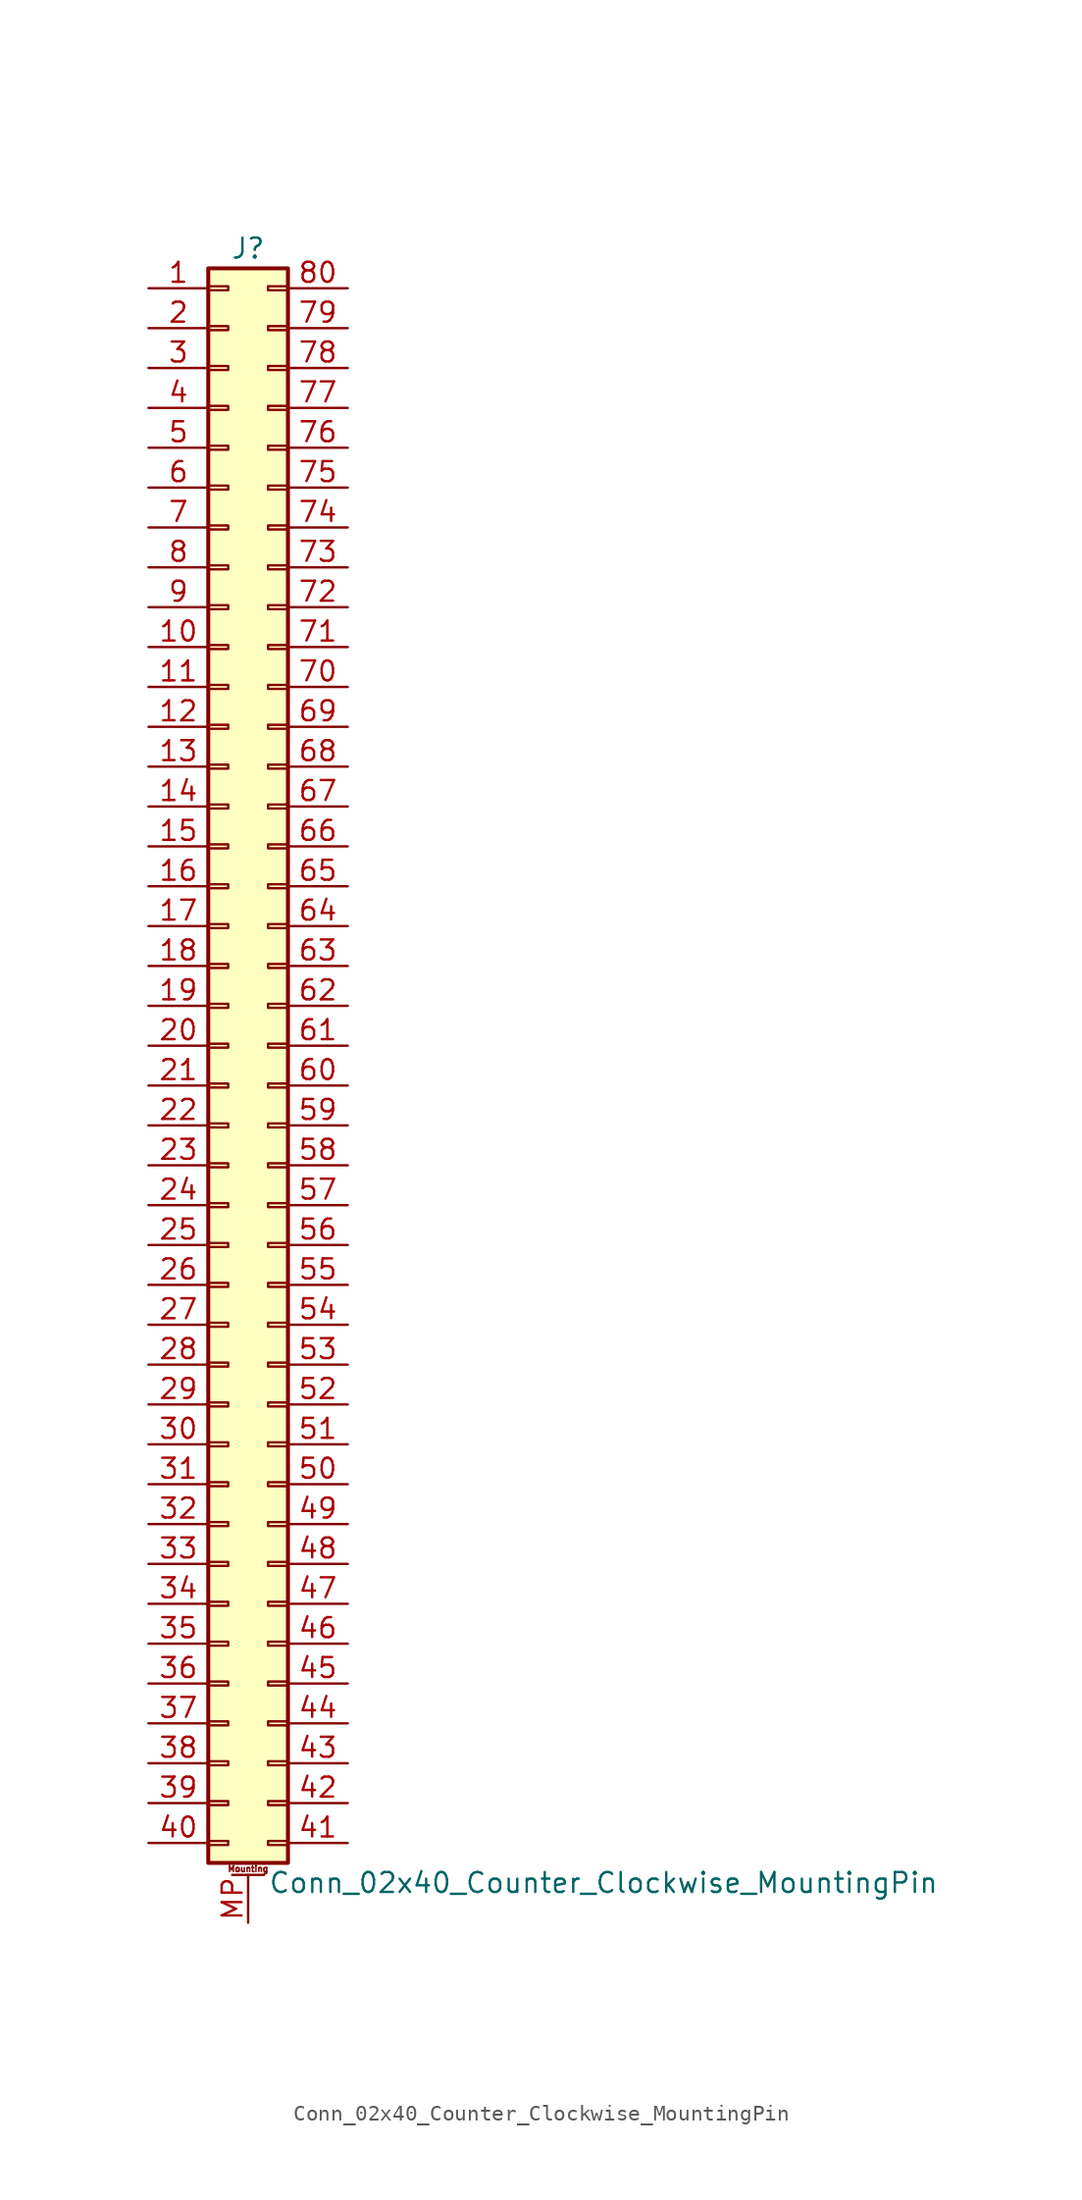
<source format=kicad_sym>
(kicad_symbol_lib
  (version 20201005)
  (generator kicad_symbol_editor)
  (symbol "Connector_Generic_MountingPin:Conn_02x40_Counter_Clockwise_MountingPin"
    (pin_names
      (offset 1.016) hide)
    (property "Reference" "J"
      (at 1.27 50.8 0)
      (effects (font (size 1.27 1.27))))
    (property "Value" "Conn_02x40_Counter_Clockwise_MountingPin"
      (at 2.54 -53.34 0)
      (effects (font (size 1.27 1.27)) (justify left)))
    (symbol "Conn_02x40_Counter_Clockwise_MountingPin_1_1"
      (text "Mounting" (at 1.27 -52.451 0) (effects (font (size 0.381 0.381))))
      (rectangle (start -1.27 -27.813) (end 0 -28.067) (stroke (width 0.152)) (fill (type none)))
      (rectangle (start -1.27 -30.353) (end 0 -30.607) (stroke (width 0.152)) (fill (type none)))
      (rectangle (start -1.27 -32.893) (end 0 -33.147) (stroke (width 0.152)) (fill (type none)))
      (rectangle (start -1.27 -35.433) (end 0 -35.687) (stroke (width 0.152)) (fill (type none)))
      (rectangle (start -1.27 -37.973) (end 0 -38.227) (stroke (width 0.152)) (fill (type none)))
      (rectangle (start -1.27 -40.513) (end 0 -40.767) (stroke (width 0.152)) (fill (type none)))
      (rectangle (start -1.27 -43.053) (end 0 -43.307) (stroke (width 0.152)) (fill (type none)))
      (rectangle (start -1.27 -45.593) (end 0 -45.847) (stroke (width 0.152)) (fill (type none)))
      (rectangle (start -1.27 -48.133) (end 0 -48.387) (stroke (width 0.152)) (fill (type none)))
      (rectangle (start -1.27 -4.953) (end 0 -5.207) (stroke (width 0.152)) (fill (type none)))
      (rectangle (start -1.27 -50.673) (end 0 -50.927) (stroke (width 0.152)) (fill (type none)))
      (rectangle (start -1.27 -7.493) (end 0 -7.747) (stroke (width 0.152)) (fill (type none)))
      (rectangle (start -1.27 -10.033) (end 0 -10.287) (stroke (width 0.152)) (fill (type none)))
      (rectangle (start -1.27 -12.573) (end 0 -12.827) (stroke (width 0.152)) (fill (type none)))
      (rectangle (start -1.27 -15.113) (end 0 -15.367) (stroke (width 0.152)) (fill (type none)))
      (rectangle (start -1.27 -17.653) (end 0 -17.907) (stroke (width 0.152)) (fill (type none)))
      (rectangle (start -1.27 -20.193) (end 0 -20.447) (stroke (width 0.152)) (fill (type none)))
      (rectangle (start -1.27 -22.733) (end 0 -22.987) (stroke (width 0.152)) (fill (type none)))
      (rectangle (start -1.27 -2.413) (end 0 -2.667) (stroke (width 0.152)) (fill (type none)))
      (rectangle (start -1.27 -25.273) (end 0 -25.527) (stroke (width 0.152)) (fill (type none)))
      (rectangle (start -1.27 25.527) (end 0 25.273) (stroke (width 0.152)) (fill (type none)))
      (rectangle (start -1.27 2.667) (end 0 2.413) (stroke (width 0.152)) (fill (type none)))
      (rectangle (start -1.27 28.067) (end 0 27.813) (stroke (width 0.152)) (fill (type none)))
      (rectangle (start -1.27 30.607) (end 0 30.353) (stroke (width 0.152)) (fill (type none)))
      (rectangle (start -1.27 33.147) (end 0 32.893) (stroke (width 0.152)) (fill (type none)))
      (rectangle (start -1.27 35.687) (end 0 35.433) (stroke (width 0.152)) (fill (type none)))
      (rectangle (start -1.27 38.227) (end 0 37.973) (stroke (width 0.152)) (fill (type none)))
      (rectangle (start -1.27 40.767) (end 0 40.513) (stroke (width 0.152)) (fill (type none)))
      (rectangle (start -1.27 43.307) (end 0 43.053) (stroke (width 0.152)) (fill (type none)))
      (rectangle (start -1.27 45.847) (end 0 45.593) (stroke (width 0.152)) (fill (type none)))
      (rectangle (start -1.27 48.387) (end 0 48.133) (stroke (width 0.152)) (fill (type none)))
      (rectangle (start -1.27 49.53) (end 3.81 -52.07) (stroke (width 0.254)) (fill (type background)))
      (rectangle (start -1.27 5.207) (end 0 4.953) (stroke (width 0.152)) (fill (type none)))
      (rectangle (start -1.27 7.747) (end 0 7.493) (stroke (width 0.152)) (fill (type none)))
      (rectangle (start -1.27 10.287) (end 0 10.033) (stroke (width 0.152)) (fill (type none)))
      (rectangle (start -1.27 0.127) (end 0 -0.127) (stroke (width 0.152)) (fill (type none)))
      (rectangle (start -1.27 12.827) (end 0 12.573) (stroke (width 0.152)) (fill (type none)))
      (rectangle (start -1.27 15.367) (end 0 15.113) (stroke (width 0.152)) (fill (type none)))
      (rectangle (start -1.27 17.907) (end 0 17.653) (stroke (width 0.152)) (fill (type none)))
      (rectangle (start -1.27 20.447) (end 0 20.193) (stroke (width 0.152)) (fill (type none)))
      (rectangle (start -1.27 22.987) (end 0 22.733) (stroke (width 0.152)) (fill (type none)))
      (rectangle (start 3.81 -27.813) (end 2.54 -28.067) (stroke (width 0.152)) (fill (type none)))
      (rectangle (start 3.81 -30.353) (end 2.54 -30.607) (stroke (width 0.152)) (fill (type none)))
      (rectangle (start 3.81 -32.893) (end 2.54 -33.147) (stroke (width 0.152)) (fill (type none)))
      (rectangle (start 3.81 -35.433) (end 2.54 -35.687) (stroke (width 0.152)) (fill (type none)))
      (rectangle (start 3.81 -37.973) (end 2.54 -38.227) (stroke (width 0.152)) (fill (type none)))
      (rectangle (start 3.81 -40.513) (end 2.54 -40.767) (stroke (width 0.152)) (fill (type none)))
      (rectangle (start 3.81 -43.053) (end 2.54 -43.307) (stroke (width 0.152)) (fill (type none)))
      (rectangle (start 3.81 -45.593) (end 2.54 -45.847) (stroke (width 0.152)) (fill (type none)))
      (rectangle (start 3.81 -48.133) (end 2.54 -48.387) (stroke (width 0.152)) (fill (type none)))
      (rectangle (start 3.81 -4.953) (end 2.54 -5.207) (stroke (width 0.152)) (fill (type none)))
      (rectangle (start 3.81 -50.673) (end 2.54 -50.927) (stroke (width 0.152)) (fill (type none)))
      (rectangle (start 3.81 -7.493) (end 2.54 -7.747) (stroke (width 0.152)) (fill (type none)))
      (rectangle (start 3.81 -10.033) (end 2.54 -10.287) (stroke (width 0.152)) (fill (type none)))
      (rectangle (start 3.81 -12.573) (end 2.54 -12.827) (stroke (width 0.152)) (fill (type none)))
      (rectangle (start 3.81 -15.113) (end 2.54 -15.367) (stroke (width 0.152)) (fill (type none)))
      (rectangle (start 3.81 -17.653) (end 2.54 -17.907) (stroke (width 0.152)) (fill (type none)))
      (rectangle (start 3.81 -20.193) (end 2.54 -20.447) (stroke (width 0.152)) (fill (type none)))
      (rectangle (start 3.81 -22.733) (end 2.54 -22.987) (stroke (width 0.152)) (fill (type none)))
      (rectangle (start 3.81 -2.413) (end 2.54 -2.667) (stroke (width 0.152)) (fill (type none)))
      (rectangle (start 3.81 -25.273) (end 2.54 -25.527) (stroke (width 0.152)) (fill (type none)))
      (rectangle (start 3.81 25.527) (end 2.54 25.273) (stroke (width 0.152)) (fill (type none)))
      (rectangle (start 3.81 2.667) (end 2.54 2.413) (stroke (width 0.152)) (fill (type none)))
      (rectangle (start 3.81 28.067) (end 2.54 27.813) (stroke (width 0.152)) (fill (type none)))
      (rectangle (start 3.81 30.607) (end 2.54 30.353) (stroke (width 0.152)) (fill (type none)))
      (rectangle (start 3.81 33.147) (end 2.54 32.893) (stroke (width 0.152)) (fill (type none)))
      (rectangle (start 3.81 35.687) (end 2.54 35.433) (stroke (width 0.152)) (fill (type none)))
      (rectangle (start 3.81 38.227) (end 2.54 37.973) (stroke (width 0.152)) (fill (type none)))
      (rectangle (start 3.81 40.767) (end 2.54 40.513) (stroke (width 0.152)) (fill (type none)))
      (rectangle (start 3.81 43.307) (end 2.54 43.053) (stroke (width 0.152)) (fill (type none)))
      (rectangle (start 3.81 45.847) (end 2.54 45.593) (stroke (width 0.152)) (fill (type none)))
      (rectangle (start 3.81 48.387) (end 2.54 48.133) (stroke (width 0.152)) (fill (type none)))
      (rectangle (start 3.81 5.207) (end 2.54 4.953) (stroke (width 0.152)) (fill (type none)))
      (rectangle (start 3.81 7.747) (end 2.54 7.493) (stroke (width 0.152)) (fill (type none)))
      (rectangle (start 3.81 10.287) (end 2.54 10.033) (stroke (width 0.152)) (fill (type none)))
      (rectangle (start 3.81 0.127) (end 2.54 -0.127) (stroke (width 0.152)) (fill (type none)))
      (rectangle (start 3.81 12.827) (end 2.54 12.573) (stroke (width 0.152)) (fill (type none)))
      (rectangle (start 3.81 15.367) (end 2.54 15.113) (stroke (width 0.152)) (fill (type none)))
      (rectangle (start 3.81 17.907) (end 2.54 17.653) (stroke (width 0.152)) (fill (type none)))
      (rectangle (start 3.81 20.447) (end 2.54 20.193) (stroke (width 0.152)) (fill (type none)))
      (rectangle (start 3.81 22.987) (end 2.54 22.733) (stroke (width 0.152)) (fill (type none)))
      (polyline (pts (xy 0.254 -52.832) (xy 2.286 -52.832)) (stroke (width 0.152)) (fill (type none)))
      (pin passive line (at 1.27 -55.88 90) (length 3.048) (name "MountPin" (effects (font (size 1.27 1.27)))) (number "MP" (effects (font (size 1.27 1.27)))))
      (pin passive line (at -5.08 48.26 0) (length 3.81) (name "Pin_1" (effects (font (size 1.27 1.27)))) (number "1" (effects (font (size 1.27 1.27)))))
      (pin passive line (at -5.08 25.4 0) (length 3.81) (name "Pin_10" (effects (font (size 1.27 1.27)))) (number "10" (effects (font (size 1.27 1.27)))))
      (pin passive line (at -5.08 22.86 0) (length 3.81) (name "Pin_11" (effects (font (size 1.27 1.27)))) (number "11" (effects (font (size 1.27 1.27)))))
      (pin passive line (at -5.08 20.32 0) (length 3.81) (name "Pin_12" (effects (font (size 1.27 1.27)))) (number "12" (effects (font (size 1.27 1.27)))))
      (pin passive line (at -5.08 17.78 0) (length 3.81) (name "Pin_13" (effects (font (size 1.27 1.27)))) (number "13" (effects (font (size 1.27 1.27)))))
      (pin passive line (at -5.08 15.24 0) (length 3.81) (name "Pin_14" (effects (font (size 1.27 1.27)))) (number "14" (effects (font (size 1.27 1.27)))))
      (pin passive line (at -5.08 12.7 0) (length 3.81) (name "Pin_15" (effects (font (size 1.27 1.27)))) (number "15" (effects (font (size 1.27 1.27)))))
      (pin passive line (at -5.08 10.16 0) (length 3.81) (name "Pin_16" (effects (font (size 1.27 1.27)))) (number "16" (effects (font (size 1.27 1.27)))))
      (pin passive line (at -5.08 7.62 0) (length 3.81) (name "Pin_17" (effects (font (size 1.27 1.27)))) (number "17" (effects (font (size 1.27 1.27)))))
      (pin passive line (at -5.08 5.08 0) (length 3.81) (name "Pin_18" (effects (font (size 1.27 1.27)))) (number "18" (effects (font (size 1.27 1.27)))))
      (pin passive line (at -5.08 2.54 0) (length 3.81) (name "Pin_19" (effects (font (size 1.27 1.27)))) (number "19" (effects (font (size 1.27 1.27)))))
      (pin passive line (at -5.08 45.72 0) (length 3.81) (name "Pin_2" (effects (font (size 1.27 1.27)))) (number "2" (effects (font (size 1.27 1.27)))))
      (pin passive line (at -5.08 0 0) (length 3.81) (name "Pin_20" (effects (font (size 1.27 1.27)))) (number "20" (effects (font (size 1.27 1.27)))))
      (pin passive line (at -5.08 -2.54 0) (length 3.81) (name "Pin_21" (effects (font (size 1.27 1.27)))) (number "21" (effects (font (size 1.27 1.27)))))
      (pin passive line (at -5.08 -5.08 0) (length 3.81) (name "Pin_22" (effects (font (size 1.27 1.27)))) (number "22" (effects (font (size 1.27 1.27)))))
      (pin passive line (at -5.08 -7.62 0) (length 3.81) (name "Pin_23" (effects (font (size 1.27 1.27)))) (number "23" (effects (font (size 1.27 1.27)))))
      (pin passive line (at -5.08 -10.16 0) (length 3.81) (name "Pin_24" (effects (font (size 1.27 1.27)))) (number "24" (effects (font (size 1.27 1.27)))))
      (pin passive line (at -5.08 -12.7 0) (length 3.81) (name "Pin_25" (effects (font (size 1.27 1.27)))) (number "25" (effects (font (size 1.27 1.27)))))
      (pin passive line (at -5.08 -15.24 0) (length 3.81) (name "Pin_26" (effects (font (size 1.27 1.27)))) (number "26" (effects (font (size 1.27 1.27)))))
      (pin passive line (at -5.08 -17.78 0) (length 3.81) (name "Pin_27" (effects (font (size 1.27 1.27)))) (number "27" (effects (font (size 1.27 1.27)))))
      (pin passive line (at -5.08 -20.32 0) (length 3.81) (name "Pin_28" (effects (font (size 1.27 1.27)))) (number "28" (effects (font (size 1.27 1.27)))))
      (pin passive line (at -5.08 -22.86 0) (length 3.81) (name "Pin_29" (effects (font (size 1.27 1.27)))) (number "29" (effects (font (size 1.27 1.27)))))
      (pin passive line (at -5.08 43.18 0) (length 3.81) (name "Pin_3" (effects (font (size 1.27 1.27)))) (number "3" (effects (font (size 1.27 1.27)))))
      (pin passive line (at -5.08 -25.4 0) (length 3.81) (name "Pin_30" (effects (font (size 1.27 1.27)))) (number "30" (effects (font (size 1.27 1.27)))))
      (pin passive line (at -5.08 -27.94 0) (length 3.81) (name "Pin_31" (effects (font (size 1.27 1.27)))) (number "31" (effects (font (size 1.27 1.27)))))
      (pin passive line (at -5.08 -30.48 0) (length 3.81) (name "Pin_32" (effects (font (size 1.27 1.27)))) (number "32" (effects (font (size 1.27 1.27)))))
      (pin passive line (at -5.08 -33.02 0) (length 3.81) (name "Pin_33" (effects (font (size 1.27 1.27)))) (number "33" (effects (font (size 1.27 1.27)))))
      (pin passive line (at -5.08 -35.56 0) (length 3.81) (name "Pin_34" (effects (font (size 1.27 1.27)))) (number "34" (effects (font (size 1.27 1.27)))))
      (pin passive line (at -5.08 -38.1 0) (length 3.81) (name "Pin_35" (effects (font (size 1.27 1.27)))) (number "35" (effects (font (size 1.27 1.27)))))
      (pin passive line (at -5.08 -40.64 0) (length 3.81) (name "Pin_36" (effects (font (size 1.27 1.27)))) (number "36" (effects (font (size 1.27 1.27)))))
      (pin passive line (at -5.08 -43.18 0) (length 3.81) (name "Pin_37" (effects (font (size 1.27 1.27)))) (number "37" (effects (font (size 1.27 1.27)))))
      (pin passive line (at -5.08 -45.72 0) (length 3.81) (name "Pin_38" (effects (font (size 1.27 1.27)))) (number "38" (effects (font (size 1.27 1.27)))))
      (pin passive line (at -5.08 -48.26 0) (length 3.81) (name "Pin_39" (effects (font (size 1.27 1.27)))) (number "39" (effects (font (size 1.27 1.27)))))
      (pin passive line (at -5.08 40.64 0) (length 3.81) (name "Pin_4" (effects (font (size 1.27 1.27)))) (number "4" (effects (font (size 1.27 1.27)))))
      (pin passive line (at -5.08 -50.8 0) (length 3.81) (name "Pin_40" (effects (font (size 1.27 1.27)))) (number "40" (effects (font (size 1.27 1.27)))))
      (pin passive line (at 7.62 -50.8 180) (length 3.81) (name "Pin_41" (effects (font (size 1.27 1.27)))) (number "41" (effects (font (size 1.27 1.27)))))
      (pin passive line (at 7.62 -48.26 180) (length 3.81) (name "Pin_42" (effects (font (size 1.27 1.27)))) (number "42" (effects (font (size 1.27 1.27)))))
      (pin passive line (at 7.62 -45.72 180) (length 3.81) (name "Pin_43" (effects (font (size 1.27 1.27)))) (number "43" (effects (font (size 1.27 1.27)))))
      (pin passive line (at 7.62 -43.18 180) (length 3.81) (name "Pin_44" (effects (font (size 1.27 1.27)))) (number "44" (effects (font (size 1.27 1.27)))))
      (pin passive line (at 7.62 -40.64 180) (length 3.81) (name "Pin_45" (effects (font (size 1.27 1.27)))) (number "45" (effects (font (size 1.27 1.27)))))
      (pin passive line (at 7.62 -38.1 180) (length 3.81) (name "Pin_46" (effects (font (size 1.27 1.27)))) (number "46" (effects (font (size 1.27 1.27)))))
      (pin passive line (at 7.62 -35.56 180) (length 3.81) (name "Pin_47" (effects (font (size 1.27 1.27)))) (number "47" (effects (font (size 1.27 1.27)))))
      (pin passive line (at 7.62 -33.02 180) (length 3.81) (name "Pin_48" (effects (font (size 1.27 1.27)))) (number "48" (effects (font (size 1.27 1.27)))))
      (pin passive line (at 7.62 -30.48 180) (length 3.81) (name "Pin_49" (effects (font (size 1.27 1.27)))) (number "49" (effects (font (size 1.27 1.27)))))
      (pin passive line (at -5.08 38.1 0) (length 3.81) (name "Pin_5" (effects (font (size 1.27 1.27)))) (number "5" (effects (font (size 1.27 1.27)))))
      (pin passive line (at 7.62 -27.94 180) (length 3.81) (name "Pin_50" (effects (font (size 1.27 1.27)))) (number "50" (effects (font (size 1.27 1.27)))))
      (pin passive line (at 7.62 -25.4 180) (length 3.81) (name "Pin_51" (effects (font (size 1.27 1.27)))) (number "51" (effects (font (size 1.27 1.27)))))
      (pin passive line (at 7.62 -22.86 180) (length 3.81) (name "Pin_52" (effects (font (size 1.27 1.27)))) (number "52" (effects (font (size 1.27 1.27)))))
      (pin passive line (at 7.62 -20.32 180) (length 3.81) (name "Pin_53" (effects (font (size 1.27 1.27)))) (number "53" (effects (font (size 1.27 1.27)))))
      (pin passive line (at 7.62 -17.78 180) (length 3.81) (name "Pin_54" (effects (font (size 1.27 1.27)))) (number "54" (effects (font (size 1.27 1.27)))))
      (pin passive line (at 7.62 -15.24 180) (length 3.81) (name "Pin_55" (effects (font (size 1.27 1.27)))) (number "55" (effects (font (size 1.27 1.27)))))
      (pin passive line (at 7.62 -12.7 180) (length 3.81) (name "Pin_56" (effects (font (size 1.27 1.27)))) (number "56" (effects (font (size 1.27 1.27)))))
      (pin passive line (at 7.62 -10.16 180) (length 3.81) (name "Pin_57" (effects (font (size 1.27 1.27)))) (number "57" (effects (font (size 1.27 1.27)))))
      (pin passive line (at 7.62 -7.62 180) (length 3.81) (name "Pin_58" (effects (font (size 1.27 1.27)))) (number "58" (effects (font (size 1.27 1.27)))))
      (pin passive line (at 7.62 -5.08 180) (length 3.81) (name "Pin_59" (effects (font (size 1.27 1.27)))) (number "59" (effects (font (size 1.27 1.27)))))
      (pin passive line (at -5.08 35.56 0) (length 3.81) (name "Pin_6" (effects (font (size 1.27 1.27)))) (number "6" (effects (font (size 1.27 1.27)))))
      (pin passive line (at 7.62 -2.54 180) (length 3.81) (name "Pin_60" (effects (font (size 1.27 1.27)))) (number "60" (effects (font (size 1.27 1.27)))))
      (pin passive line (at 7.62 0 180) (length 3.81) (name "Pin_61" (effects (font (size 1.27 1.27)))) (number "61" (effects (font (size 1.27 1.27)))))
      (pin passive line (at 7.62 2.54 180) (length 3.81) (name "Pin_62" (effects (font (size 1.27 1.27)))) (number "62" (effects (font (size 1.27 1.27)))))
      (pin passive line (at 7.62 5.08 180) (length 3.81) (name "Pin_63" (effects (font (size 1.27 1.27)))) (number "63" (effects (font (size 1.27 1.27)))))
      (pin passive line (at 7.62 7.62 180) (length 3.81) (name "Pin_64" (effects (font (size 1.27 1.27)))) (number "64" (effects (font (size 1.27 1.27)))))
      (pin passive line (at 7.62 10.16 180) (length 3.81) (name "Pin_65" (effects (font (size 1.27 1.27)))) (number "65" (effects (font (size 1.27 1.27)))))
      (pin passive line (at 7.62 12.7 180) (length 3.81) (name "Pin_66" (effects (font (size 1.27 1.27)))) (number "66" (effects (font (size 1.27 1.27)))))
      (pin passive line (at 7.62 15.24 180) (length 3.81) (name "Pin_67" (effects (font (size 1.27 1.27)))) (number "67" (effects (font (size 1.27 1.27)))))
      (pin passive line (at 7.62 17.78 180) (length 3.81) (name "Pin_68" (effects (font (size 1.27 1.27)))) (number "68" (effects (font (size 1.27 1.27)))))
      (pin passive line (at 7.62 20.32 180) (length 3.81) (name "Pin_69" (effects (font (size 1.27 1.27)))) (number "69" (effects (font (size 1.27 1.27)))))
      (pin passive line (at -5.08 33.02 0) (length 3.81) (name "Pin_7" (effects (font (size 1.27 1.27)))) (number "7" (effects (font (size 1.27 1.27)))))
      (pin passive line (at 7.62 22.86 180) (length 3.81) (name "Pin_70" (effects (font (size 1.27 1.27)))) (number "70" (effects (font (size 1.27 1.27)))))
      (pin passive line (at 7.62 25.4 180) (length 3.81) (name "Pin_71" (effects (font (size 1.27 1.27)))) (number "71" (effects (font (size 1.27 1.27)))))
      (pin passive line (at 7.62 27.94 180) (length 3.81) (name "Pin_72" (effects (font (size 1.27 1.27)))) (number "72" (effects (font (size 1.27 1.27)))))
      (pin passive line (at 7.62 30.48 180) (length 3.81) (name "Pin_73" (effects (font (size 1.27 1.27)))) (number "73" (effects (font (size 1.27 1.27)))))
      (pin passive line (at 7.62 33.02 180) (length 3.81) (name "Pin_74" (effects (font (size 1.27 1.27)))) (number "74" (effects (font (size 1.27 1.27)))))
      (pin passive line (at 7.62 35.56 180) (length 3.81) (name "Pin_75" (effects (font (size 1.27 1.27)))) (number "75" (effects (font (size 1.27 1.27)))))
      (pin passive line (at 7.62 38.1 180) (length 3.81) (name "Pin_76" (effects (font (size 1.27 1.27)))) (number "76" (effects (font (size 1.27 1.27)))))
      (pin passive line (at 7.62 40.64 180) (length 3.81) (name "Pin_77" (effects (font (size 1.27 1.27)))) (number "77" (effects (font (size 1.27 1.27)))))
      (pin passive line (at 7.62 43.18 180) (length 3.81) (name "Pin_78" (effects (font (size 1.27 1.27)))) (number "78" (effects (font (size 1.27 1.27)))))
      (pin passive line (at 7.62 45.72 180) (length 3.81) (name "Pin_79" (effects (font (size 1.27 1.27)))) (number "79" (effects (font (size 1.27 1.27)))))
      (pin passive line (at -5.08 30.48 0) (length 3.81) (name "Pin_8" (effects (font (size 1.27 1.27)))) (number "8" (effects (font (size 1.27 1.27)))))
      (pin passive line (at 7.62 48.26 180) (length 3.81) (name "Pin_80" (effects (font (size 1.27 1.27)))) (number "80" (effects (font (size 1.27 1.27)))))
      (pin passive line (at -5.08 27.94 0) (length 3.81) (name "Pin_9" (effects (font (size 1.27 1.27)))) (number "9" (effects (font (size 1.27 1.27))))))))
</source>
